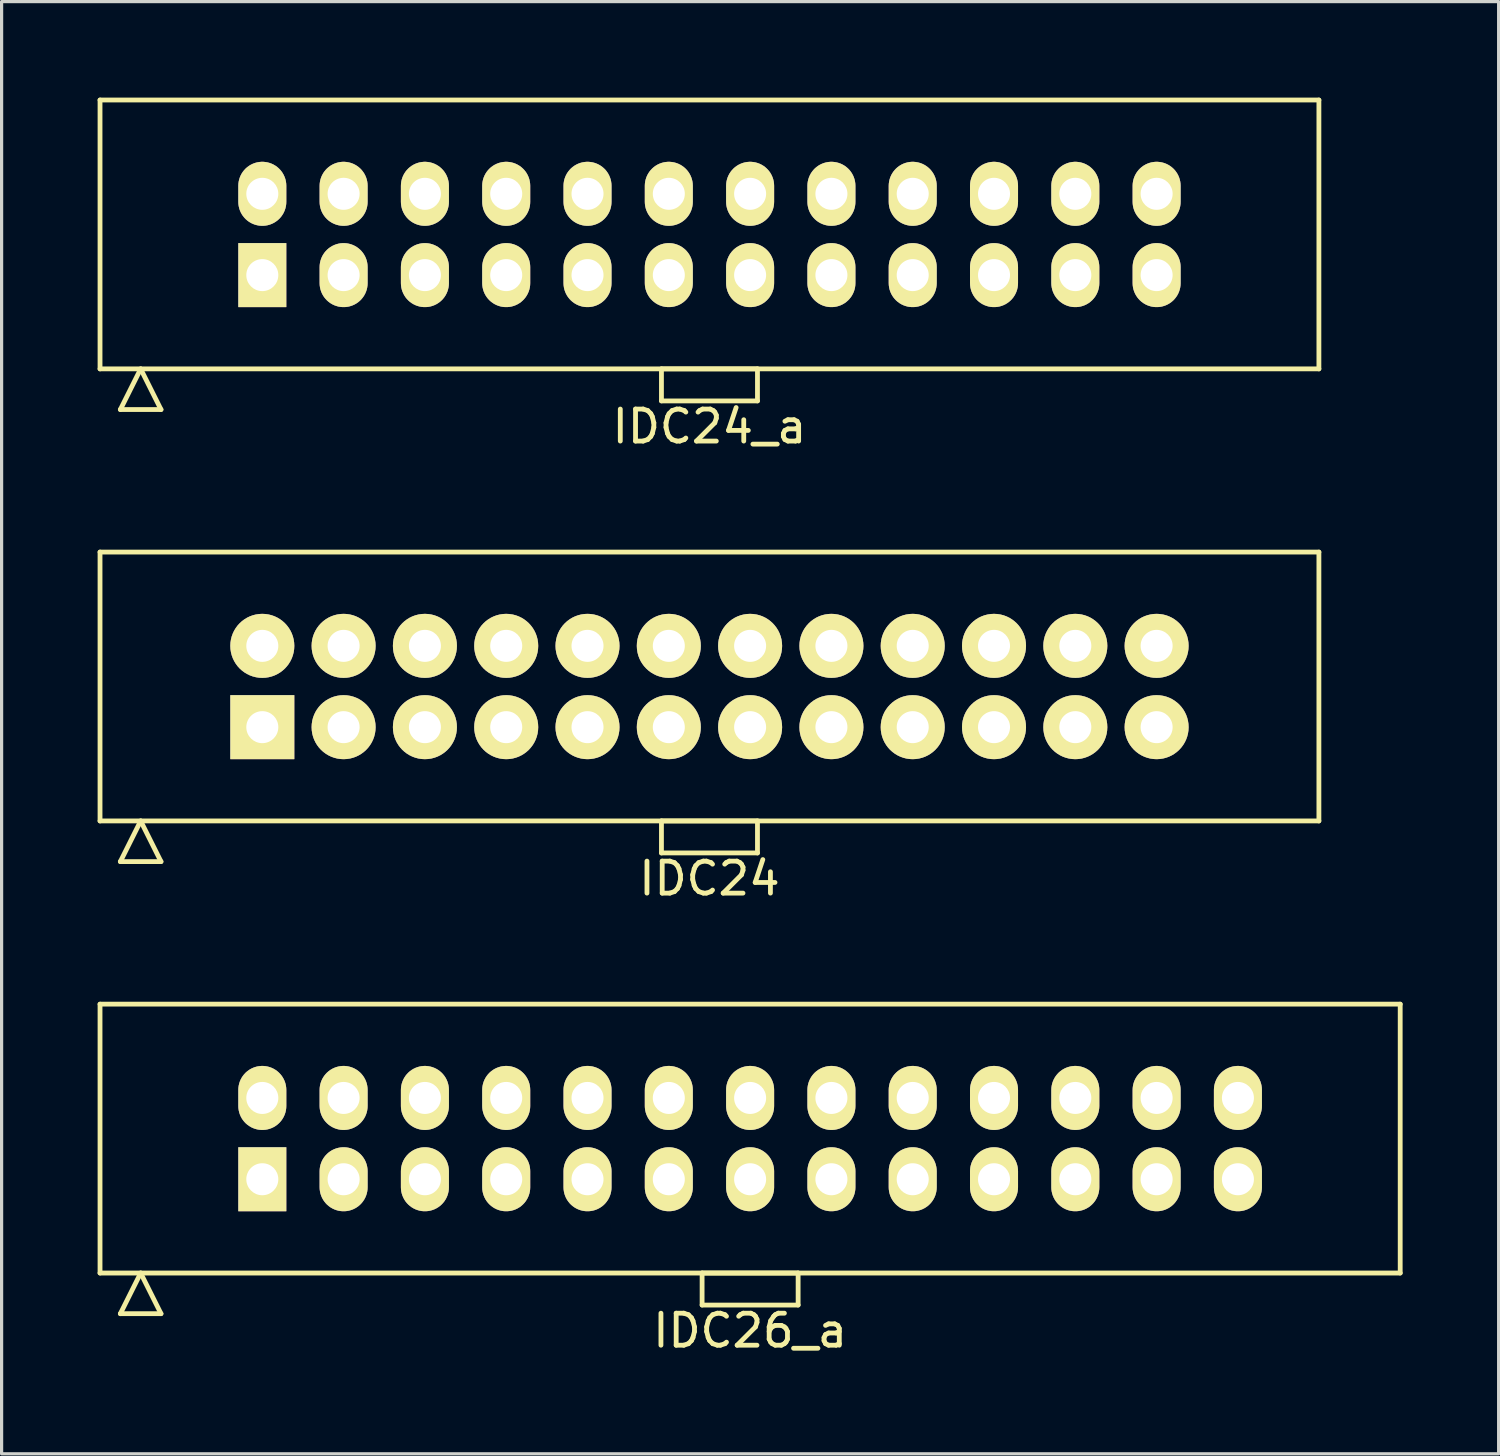
<source format=kicad_pcb>
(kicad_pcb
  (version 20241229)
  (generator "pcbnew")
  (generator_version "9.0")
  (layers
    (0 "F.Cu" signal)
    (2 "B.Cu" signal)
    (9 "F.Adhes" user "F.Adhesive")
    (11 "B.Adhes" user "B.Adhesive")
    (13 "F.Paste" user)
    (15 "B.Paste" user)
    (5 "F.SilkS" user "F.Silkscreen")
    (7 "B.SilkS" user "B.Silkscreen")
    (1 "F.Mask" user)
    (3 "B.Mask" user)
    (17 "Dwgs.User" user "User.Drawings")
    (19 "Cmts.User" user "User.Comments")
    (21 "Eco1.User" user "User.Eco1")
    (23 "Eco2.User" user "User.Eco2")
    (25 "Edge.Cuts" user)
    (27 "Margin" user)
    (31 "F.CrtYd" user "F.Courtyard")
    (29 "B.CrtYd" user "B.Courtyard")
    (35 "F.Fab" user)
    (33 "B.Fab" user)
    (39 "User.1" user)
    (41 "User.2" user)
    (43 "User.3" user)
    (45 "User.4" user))
  (footprint "IDC26_a"
    (layer "F.Cu")
    (at 20.385 32.522)
    (property "Reference" "IDC26_a" (at 0 6 0) (layer "F.SilkS") (effects (font (size 1 1) (thickness 0.15))))
    (attr through_hole)
    (fp_line (start -20.31 -4.2) (end -20.31 4.2) (stroke (width 0.15) (type solid)) (layer "F.SilkS"))
    (fp_line (start -20.31 4.2) (end 20.31 4.2) (stroke (width 0.15) (type solid)) (layer "F.SilkS"))
    (fp_line (start -19.675 5.47) (end -19.04 4.2) (stroke (width 0.15) (type solid)) (layer "F.SilkS"))
    (fp_line (start -19.675 5.47) (end -18.405 5.47) (stroke (width 0.15) (type solid)) (layer "F.SilkS"))
    (fp_line (start -18.405 5.47) (end -19.04 4.2) (stroke (width 0.15) (type solid)) (layer "F.SilkS"))
    (fp_line (start -1.5 4.2) (end -1.5 5.2) (stroke (width 0.15) (type solid)) (layer "F.SilkS"))
    (fp_line (start -1.5 5.2) (end 1.5 5.2) (stroke (width 0.15) (type solid)) (layer "F.SilkS"))
    (fp_line (start 1.5 4.2) (end -1.5 4.2) (stroke (width 0.15) (type solid)) (layer "F.SilkS"))
    (fp_line (start 1.5 5.2) (end 1.5 4.2) (stroke (width 0.15) (type solid)) (layer "F.SilkS"))
    (fp_line (start 20.31 -4.2) (end -20.31 -4.2) (stroke (width 0.15) (type solid)) (layer "F.SilkS"))
    (fp_line (start 20.31 4.2) (end 20.31 -4.2) (stroke (width 0.15) (type solid)) (layer "F.SilkS"))
    (pad "1" thru_hole rect (at -15.24 1.27) (size 1.5 2) (drill 1) (layers "*.Cu" "*.Mask" "F.SilkS"))
    (pad "2" thru_hole oval (at -15.24 -1.27) (size 1.5 2) (drill 1) (layers "*.Cu" "*.Mask" "F.SilkS"))
    (pad "3" thru_hole oval (at -12.7 1.27) (size 1.5 2) (drill 1) (layers "*.Cu" "*.Mask" "F.SilkS"))
    (pad "4" thru_hole oval (at -12.7 -1.27) (size 1.5 2) (drill 1) (layers "*.Cu" "*.Mask" "F.SilkS"))
    (pad "5" thru_hole oval (at -10.16 1.27) (size 1.5 2) (drill 1) (layers "*.Cu" "*.Mask" "F.SilkS"))
    (pad "6" thru_hole oval (at -10.16 -1.27) (size 1.5 2) (drill 1) (layers "*.Cu" "*.Mask" "F.SilkS"))
    (pad "7" thru_hole oval (at -7.62 1.27) (size 1.5 2) (drill 1) (layers "*.Cu" "*.Mask" "F.SilkS"))
    (pad "8" thru_hole oval (at -7.62 -1.27) (size 1.5 2) (drill 1) (layers "*.Cu" "*.Mask" "F.SilkS"))
    (pad "9" thru_hole oval (at -5.08 1.27) (size 1.5 2) (drill 1) (layers "*.Cu" "*.Mask" "F.SilkS"))
    (pad "10" thru_hole oval (at -5.08 -1.27) (size 1.5 2) (drill 1) (layers "*.Cu" "*.Mask" "F.SilkS"))
    (pad "11" thru_hole oval (at -2.54 1.27) (size 1.5 2) (drill 1) (layers "*.Cu" "*.Mask" "F.SilkS"))
    (pad "12" thru_hole oval (at -2.54 -1.27) (size 1.5 2) (drill 1) (layers "*.Cu" "*.Mask" "F.SilkS"))
    (pad "13" thru_hole oval (at 0 1.27) (size 1.5 2) (drill 1) (layers "*.Cu" "*.Mask" "F.SilkS"))
    (pad "14" thru_hole oval (at 0 -1.27) (size 1.5 2) (drill 1) (layers "*.Cu" "*.Mask" "F.SilkS"))
    (pad "15" thru_hole oval (at 2.54 1.27) (size 1.5 2) (drill 1) (layers "*.Cu" "*.Mask" "F.SilkS"))
    (pad "16" thru_hole oval (at 2.54 -1.27) (size 1.5 2) (drill 1) (layers "*.Cu" "*.Mask" "F.SilkS"))
    (pad "17" thru_hole oval (at 5.08 1.27) (size 1.5 2) (drill 1) (layers "*.Cu" "*.Mask" "F.SilkS"))
    (pad "18" thru_hole oval (at 5.08 -1.27) (size 1.5 2) (drill 1) (layers "*.Cu" "*.Mask" "F.SilkS"))
    (pad "19" thru_hole oval (at 7.62 1.27) (size 1.5 2) (drill 1) (layers "*.Cu" "*.Mask" "F.SilkS"))
    (pad "20" thru_hole oval (at 7.62 -1.27) (size 1.5 2) (drill 1) (layers "*.Cu" "*.Mask" "F.SilkS"))
    (pad "21" thru_hole oval (at 10.16 1.27) (size 1.5 2) (drill 1) (layers "*.Cu" "*.Mask" "F.SilkS"))
    (pad "22" thru_hole oval (at 10.16 -1.27) (size 1.5 2) (drill 1) (layers "*.Cu" "*.Mask" "F.SilkS"))
    (pad "23" thru_hole oval (at 12.7 1.27) (size 1.5 2) (drill 1) (layers "*.Cu" "*.Mask" "F.SilkS"))
    (pad "24" thru_hole oval (at 12.7 -1.27) (size 1.5 2) (drill 1) (layers "*.Cu" "*.Mask" "F.SilkS"))
    (pad "25" thru_hole oval (at 15.24 1.27) (size 1.5 2) (drill 1) (layers "*.Cu" "*.Mask" "F.SilkS"))
    (pad "26" thru_hole oval (at 15.24 -1.27) (size 1.5 2) (drill 1) (layers "*.Cu" "*.Mask" "F.SilkS")))
  (footprint "IDC24_a"
    (layer "F.Cu")
    (at 19.115 4.275)
    (property "Reference" "IDC24_a" (at 0 6 0) (layer "F.SilkS") (effects (font (size 1 1) (thickness 0.15))))
    (attr through_hole)
    (fp_line (start -19.04 -4.2) (end -19.04 4.2) (stroke (width 0.15) (type solid)) (layer "F.SilkS"))
    (fp_line (start -19.04 4.2) (end 19.04 4.2) (stroke (width 0.15) (type solid)) (layer "F.SilkS"))
    (fp_line (start -18.405 5.47) (end -17.77 4.2) (stroke (width 0.15) (type solid)) (layer "F.SilkS"))
    (fp_line (start -18.405 5.47) (end -17.135 5.47) (stroke (width 0.15) (type solid)) (layer "F.SilkS"))
    (fp_line (start -17.135 5.47) (end -17.77 4.2) (stroke (width 0.15) (type solid)) (layer "F.SilkS"))
    (fp_line (start -1.5 4.2) (end -1.5 5.2) (stroke (width 0.15) (type solid)) (layer "F.SilkS"))
    (fp_line (start -1.5 5.2) (end 1.5 5.2) (stroke (width 0.15) (type solid)) (layer "F.SilkS"))
    (fp_line (start 1.5 4.2) (end -1.5 4.2) (stroke (width 0.15) (type solid)) (layer "F.SilkS"))
    (fp_line (start 1.5 5.2) (end 1.5 4.2) (stroke (width 0.15) (type solid)) (layer "F.SilkS"))
    (fp_line (start 19.04 -4.2) (end -19.04 -4.2) (stroke (width 0.15) (type solid)) (layer "F.SilkS"))
    (fp_line (start 19.04 4.2) (end 19.04 -4.2) (stroke (width 0.15) (type solid)) (layer "F.SilkS"))
    (pad "1" thru_hole rect (at -13.97 1.27) (size 1.5 2) (drill 1) (layers "*.Cu" "*.Mask" "F.SilkS"))
    (pad "2" thru_hole oval (at -13.97 -1.27) (size 1.5 2) (drill 1) (layers "*.Cu" "*.Mask" "F.SilkS"))
    (pad "3" thru_hole oval (at -11.43 1.27) (size 1.5 2) (drill 1) (layers "*.Cu" "*.Mask" "F.SilkS"))
    (pad "4" thru_hole oval (at -11.43 -1.27) (size 1.5 2) (drill 1) (layers "*.Cu" "*.Mask" "F.SilkS"))
    (pad "5" thru_hole oval (at -8.89 1.27) (size 1.5 2) (drill 1) (layers "*.Cu" "*.Mask" "F.SilkS"))
    (pad "6" thru_hole oval (at -8.89 -1.27) (size 1.5 2) (drill 1) (layers "*.Cu" "*.Mask" "F.SilkS"))
    (pad "7" thru_hole oval (at -6.35 1.27) (size 1.5 2) (drill 1) (layers "*.Cu" "*.Mask" "F.SilkS"))
    (pad "8" thru_hole oval (at -6.35 -1.27) (size 1.5 2) (drill 1) (layers "*.Cu" "*.Mask" "F.SilkS"))
    (pad "9" thru_hole oval (at -3.81 1.27) (size 1.5 2) (drill 1) (layers "*.Cu" "*.Mask" "F.SilkS"))
    (pad "10" thru_hole oval (at -3.81 -1.27) (size 1.5 2) (drill 1) (layers "*.Cu" "*.Mask" "F.SilkS"))
    (pad "11" thru_hole oval (at -1.27 1.27) (size 1.5 2) (drill 1) (layers "*.Cu" "*.Mask" "F.SilkS"))
    (pad "12" thru_hole oval (at -1.27 -1.27) (size 1.5 2) (drill 1) (layers "*.Cu" "*.Mask" "F.SilkS"))
    (pad "13" thru_hole oval (at 1.27 1.27) (size 1.5 2) (drill 1) (layers "*.Cu" "*.Mask" "F.SilkS"))
    (pad "14" thru_hole oval (at 1.27 -1.27) (size 1.5 2) (drill 1) (layers "*.Cu" "*.Mask" "F.SilkS"))
    (pad "15" thru_hole oval (at 3.81 1.27) (size 1.5 2) (drill 1) (layers "*.Cu" "*.Mask" "F.SilkS"))
    (pad "16" thru_hole oval (at 3.81 -1.27) (size 1.5 2) (drill 1) (layers "*.Cu" "*.Mask" "F.SilkS"))
    (pad "17" thru_hole oval (at 6.35 1.27) (size 1.5 2) (drill 1) (layers "*.Cu" "*.Mask" "F.SilkS"))
    (pad "18" thru_hole oval (at 6.35 -1.27) (size 1.5 2) (drill 1) (layers "*.Cu" "*.Mask" "F.SilkS"))
    (pad "19" thru_hole oval (at 8.89 1.27) (size 1.5 2) (drill 1) (layers "*.Cu" "*.Mask" "F.SilkS"))
    (pad "20" thru_hole oval (at 8.89 -1.27) (size 1.5 2) (drill 1) (layers "*.Cu" "*.Mask" "F.SilkS"))
    (pad "21" thru_hole oval (at 11.43 1.27) (size 1.5 2) (drill 1) (layers "*.Cu" "*.Mask" "F.SilkS"))
    (pad "22" thru_hole oval (at 11.43 -1.27) (size 1.5 2) (drill 1) (layers "*.Cu" "*.Mask" "F.SilkS"))
    (pad "23" thru_hole oval (at 13.97 1.27) (size 1.5 2) (drill 1) (layers "*.Cu" "*.Mask" "F.SilkS"))
    (pad "24" thru_hole oval (at 13.97 -1.27) (size 1.5 2) (drill 1) (layers "*.Cu" "*.Mask" "F.SilkS")))
  (footprint "IDC24"
    (layer "F.Cu")
    (at 19.115 18.398)
    (property "Reference" "IDC24" (at 0 6 0) (layer "F.SilkS") (effects (font (size 1 1) (thickness 0.15))))
    (attr through_hole)
    (fp_line (start -19.04 -4.2) (end -19.04 4.2) (stroke (width 0.15) (type solid)) (layer "F.SilkS"))
    (fp_line (start -19.04 4.2) (end 19.04 4.2) (stroke (width 0.15) (type solid)) (layer "F.SilkS"))
    (fp_line (start -18.405 5.47) (end -17.77 4.2) (stroke (width 0.15) (type solid)) (layer "F.SilkS"))
    (fp_line (start -18.405 5.47) (end -17.135 5.47) (stroke (width 0.15) (type solid)) (layer "F.SilkS"))
    (fp_line (start -17.135 5.47) (end -17.77 4.2) (stroke (width 0.15) (type solid)) (layer "F.SilkS"))
    (fp_line (start -1.5 4.2) (end -1.5 5.2) (stroke (width 0.15) (type solid)) (layer "F.SilkS"))
    (fp_line (start -1.5 5.2) (end 1.5 5.2) (stroke (width 0.15) (type solid)) (layer "F.SilkS"))
    (fp_line (start 1.5 4.2) (end -1.5 4.2) (stroke (width 0.15) (type solid)) (layer "F.SilkS"))
    (fp_line (start 1.5 5.2) (end 1.5 4.2) (stroke (width 0.15) (type solid)) (layer "F.SilkS"))
    (fp_line (start 19.04 -4.2) (end -19.04 -4.2) (stroke (width 0.15) (type solid)) (layer "F.SilkS"))
    (fp_line (start 19.04 4.2) (end 19.04 -4.2) (stroke (width 0.15) (type solid)) (layer "F.SilkS"))
    (pad "1" thru_hole rect (at -13.97 1.27) (size 2 2) (drill 1) (layers "*.Cu" "*.Mask" "F.SilkS"))
    (pad "2" thru_hole oval (at -13.97 -1.27) (size 2 2) (drill 1) (layers "*.Cu" "*.Mask" "F.SilkS"))
    (pad "3" thru_hole oval (at -11.43 1.27) (size 2 2) (drill 1) (layers "*.Cu" "*.Mask" "F.SilkS"))
    (pad "4" thru_hole oval (at -11.43 -1.27) (size 2 2) (drill 1) (layers "*.Cu" "*.Mask" "F.SilkS"))
    (pad "5" thru_hole oval (at -8.89 1.27) (size 2 2) (drill 1) (layers "*.Cu" "*.Mask" "F.SilkS"))
    (pad "6" thru_hole oval (at -8.89 -1.27) (size 2 2) (drill 1) (layers "*.Cu" "*.Mask" "F.SilkS"))
    (pad "7" thru_hole oval (at -6.35 1.27) (size 2 2) (drill 1) (layers "*.Cu" "*.Mask" "F.SilkS"))
    (pad "8" thru_hole oval (at -6.35 -1.27) (size 2 2) (drill 1) (layers "*.Cu" "*.Mask" "F.SilkS"))
    (pad "9" thru_hole oval (at -3.81 1.27) (size 2 2) (drill 1) (layers "*.Cu" "*.Mask" "F.SilkS"))
    (pad "10" thru_hole oval (at -3.81 -1.27) (size 2 2) (drill 1) (layers "*.Cu" "*.Mask" "F.SilkS"))
    (pad "11" thru_hole oval (at -1.27 1.27) (size 2 2) (drill 1) (layers "*.Cu" "*.Mask" "F.SilkS"))
    (pad "12" thru_hole oval (at -1.27 -1.27) (size 2 2) (drill 1) (layers "*.Cu" "*.Mask" "F.SilkS"))
    (pad "13" thru_hole oval (at 1.27 1.27) (size 2 2) (drill 1) (layers "*.Cu" "*.Mask" "F.SilkS"))
    (pad "14" thru_hole oval (at 1.27 -1.27) (size 2 2) (drill 1) (layers "*.Cu" "*.Mask" "F.SilkS"))
    (pad "15" thru_hole oval (at 3.81 1.27) (size 2 2) (drill 1) (layers "*.Cu" "*.Mask" "F.SilkS"))
    (pad "16" thru_hole oval (at 3.81 -1.27) (size 2 2) (drill 1) (layers "*.Cu" "*.Mask" "F.SilkS"))
    (pad "17" thru_hole oval (at 6.35 1.27) (size 2 2) (drill 1) (layers "*.Cu" "*.Mask" "F.SilkS"))
    (pad "18" thru_hole oval (at 6.35 -1.27) (size 2 2) (drill 1) (layers "*.Cu" "*.Mask" "F.SilkS"))
    (pad "19" thru_hole oval (at 8.89 1.27) (size 2 2) (drill 1) (layers "*.Cu" "*.Mask" "F.SilkS"))
    (pad "20" thru_hole oval (at 8.89 -1.27) (size 2 2) (drill 1) (layers "*.Cu" "*.Mask" "F.SilkS"))
    (pad "21" thru_hole oval (at 11.43 1.27) (size 2 2) (drill 1) (layers "*.Cu" "*.Mask" "F.SilkS"))
    (pad "22" thru_hole oval (at 11.43 -1.27) (size 2 2) (drill 1) (layers "*.Cu" "*.Mask" "F.SilkS"))
    (pad "23" thru_hole oval (at 13.97 1.27) (size 2 2) (drill 1) (layers "*.Cu" "*.Mask" "F.SilkS"))
    (pad "24" thru_hole oval (at 13.97 -1.27) (size 2 2) (drill 1) (layers "*.Cu" "*.Mask" "F.SilkS")))
  (gr_rect
    (start -3 -3)
    (end 43.77 42.37)
    (stroke (width 0.1) (type default))
    (fill no)
    (layer "Edge.Cuts")))
</source>
